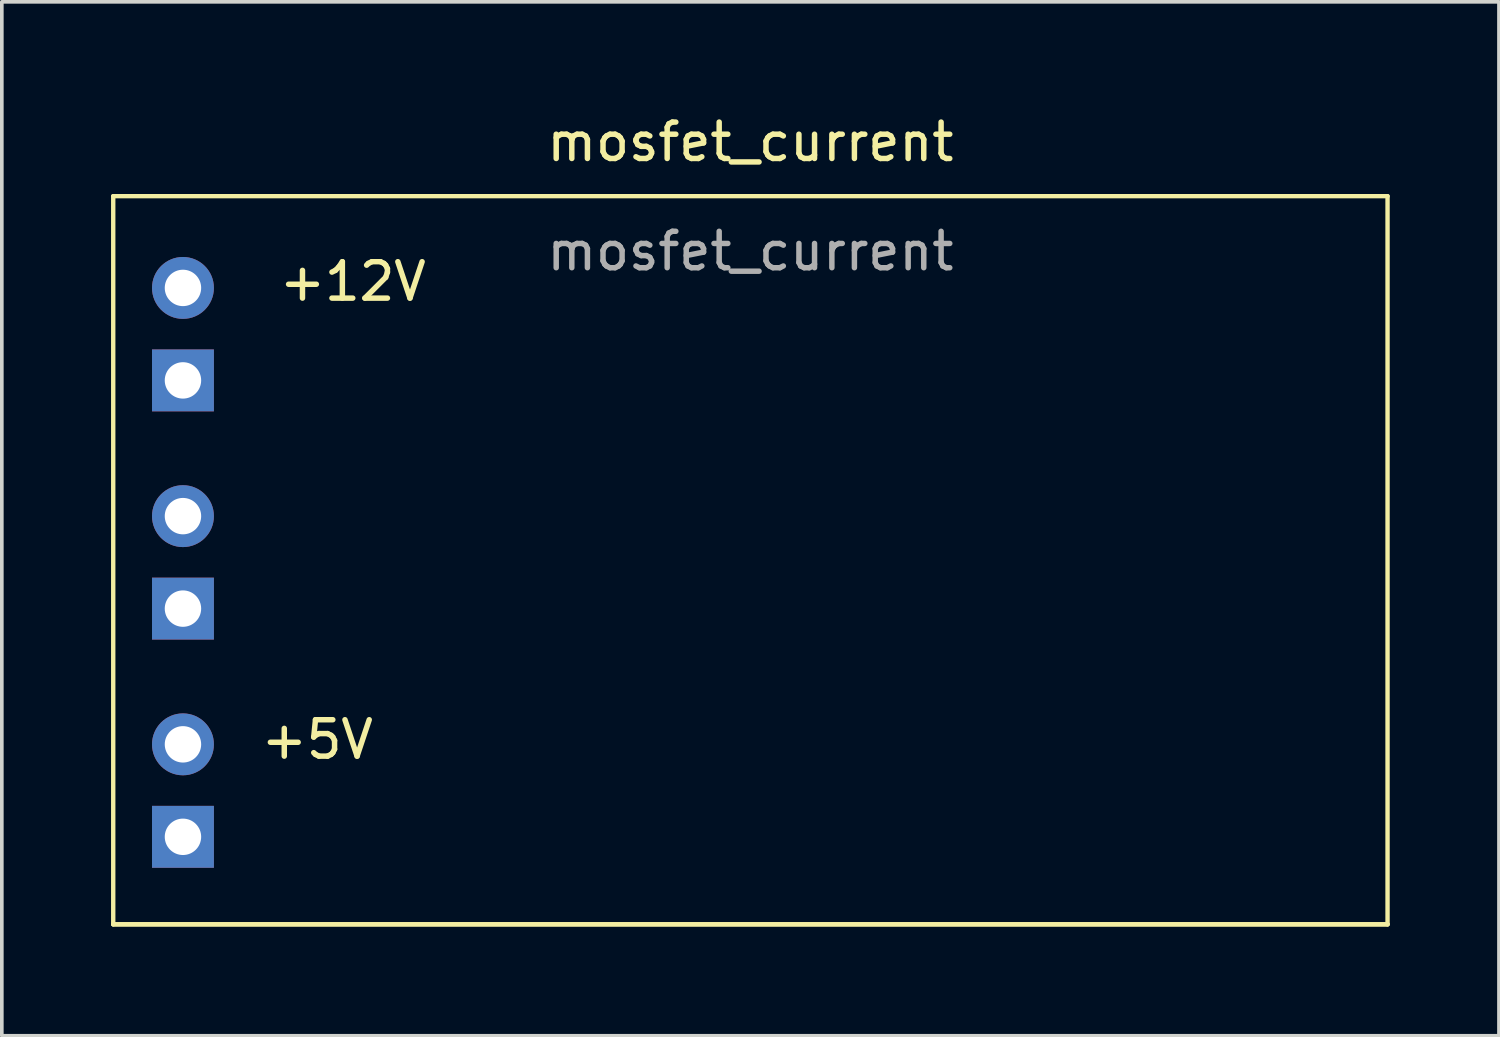
<source format=kicad_pcb>
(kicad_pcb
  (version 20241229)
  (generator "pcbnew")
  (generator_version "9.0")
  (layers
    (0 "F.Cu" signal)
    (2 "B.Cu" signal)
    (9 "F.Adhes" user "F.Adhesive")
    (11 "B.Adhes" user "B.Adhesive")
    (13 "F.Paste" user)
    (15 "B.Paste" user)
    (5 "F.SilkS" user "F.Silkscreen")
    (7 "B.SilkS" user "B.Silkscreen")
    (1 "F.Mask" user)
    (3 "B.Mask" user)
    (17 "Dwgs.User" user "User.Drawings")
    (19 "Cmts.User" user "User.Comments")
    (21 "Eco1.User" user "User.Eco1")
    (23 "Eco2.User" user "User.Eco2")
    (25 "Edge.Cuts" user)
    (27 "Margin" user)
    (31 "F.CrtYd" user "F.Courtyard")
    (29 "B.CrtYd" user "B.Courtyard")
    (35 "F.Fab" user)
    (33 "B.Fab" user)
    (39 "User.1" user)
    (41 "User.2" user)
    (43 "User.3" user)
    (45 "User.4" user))
  (footprint "mosfet_current"
    (layer "F.Cu")
    (at 17.56 12.338)
    (property "Reference" "mosfet_current" (at 0 -11.49 0) (unlocked yes) (layer "F.SilkS") (effects (font (size 1 1) (thickness 0.15))))
    (attr smd)
    (fp_line (start -17.5 -10) (end 17.5 -10) (stroke (width 0.12) (type default)) (layer "F.SilkS"))
    (fp_line (start -17.5 10) (end -17.5 -10) (stroke (width 0.12) (type default)) (layer "F.SilkS"))
    (fp_line (start -17.5 10) (end 17.5 10) (stroke (width 0.12) (type default)) (layer "F.SilkS"))
    (fp_line (start 17.5 -10) (end 17.5 10) (stroke (width 0.12) (type default)) (layer "F.SilkS"))
    (fp_line (start 17.5 10) (end -17.5 10) (stroke (width 0.12) (type default)) (layer "F.SilkS"))
    (fp_text user "+12V" (at -13.02 -7.07 0) (unlocked yes) (layer "F.SilkS") (effects (font (size 1 1) (thickness 0.15)) (justify left bottom)))
    (fp_text user "+5V\n" (at -13.52 5.51 0) (unlocked yes) (layer "F.SilkS") (effects (font (size 1 1) (thickness 0.15)) (justify left bottom)))
    (fp_text user "${REFERENCE}" (at 0 -8.49 0) (unlocked yes) (layer "F.Fab") (effects (font (size 1 1) (thickness 0.15))))
    (pad "1" thru_hole oval (at -15.585 -7.48) (size 1.7 1.7) (drill 1) (layers "*.Cu" "*.Mask"))
    (pad "2" thru_hole rect (at -15.585 -4.94) (size 1.7 1.7) (drill 1) (layers "*.Cu" "*.Mask"))
    (pad "3" thru_hole oval (at -15.585 -1.212) (size 1.7 1.7) (drill 1) (layers "*.Cu" "*.Mask"))
    (pad "4" thru_hole rect (at -15.585 1.328) (size 1.7 1.7) (drill 1) (layers "*.Cu" "*.Mask"))
    (pad "5" thru_hole oval (at -15.585 5.056) (size 1.7 1.7) (drill 1) (layers "*.Cu" "*.Mask"))
    (pad "6" thru_hole rect (at -15.585 7.596) (size 1.7 1.7) (drill 1) (layers "*.Cu" "*.Mask")))
  (gr_rect
    (start -3 -3)
    (end 38.12 25.398)
    (stroke (width 0.1) (type default))
    (fill no)
    (layer "Edge.Cuts")))
</source>
